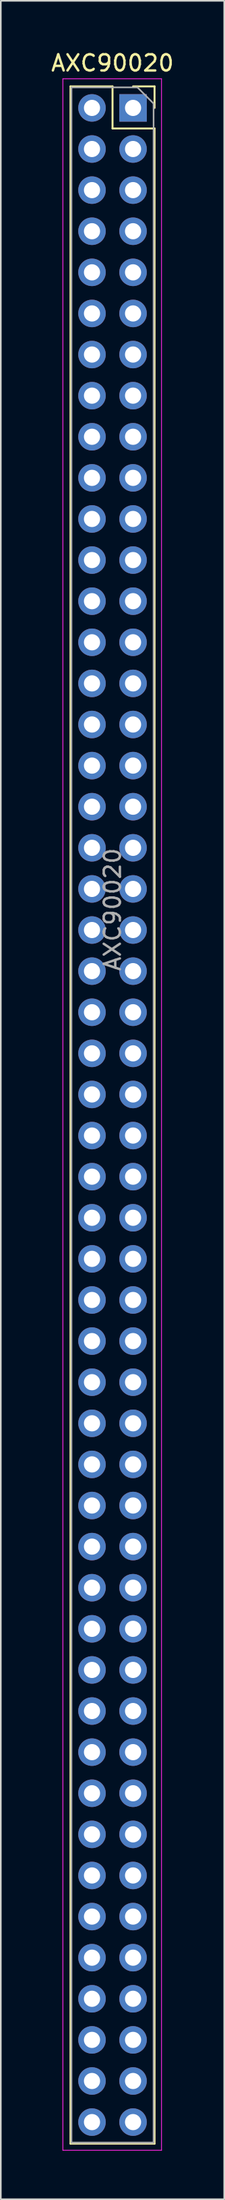
<source format=kicad_pcb>
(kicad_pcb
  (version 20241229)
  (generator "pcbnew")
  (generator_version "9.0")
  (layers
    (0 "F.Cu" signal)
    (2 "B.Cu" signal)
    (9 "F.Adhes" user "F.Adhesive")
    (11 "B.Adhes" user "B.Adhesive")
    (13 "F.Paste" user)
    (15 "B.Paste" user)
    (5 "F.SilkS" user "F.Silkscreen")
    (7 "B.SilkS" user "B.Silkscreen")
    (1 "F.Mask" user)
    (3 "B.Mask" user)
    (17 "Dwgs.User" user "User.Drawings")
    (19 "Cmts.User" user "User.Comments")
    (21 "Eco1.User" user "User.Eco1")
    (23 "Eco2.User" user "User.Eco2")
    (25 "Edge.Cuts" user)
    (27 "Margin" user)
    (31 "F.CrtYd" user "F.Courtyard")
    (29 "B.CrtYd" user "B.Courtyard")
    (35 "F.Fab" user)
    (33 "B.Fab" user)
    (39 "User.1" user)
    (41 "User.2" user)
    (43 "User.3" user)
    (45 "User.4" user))
  (footprint "AXC90020"
    (layer "F.Cu")
    (at 5.181 3.618)
    (property "Reference" "AXC90020" (at -1.27 -2.77 0) (layer "F.SilkS") (effects (font (size 1 1) (thickness 0.15))))
    (attr through_hole)
    (fp_line (start -3.87 -1.33) (end -3.87 125.79) (stroke (width 0.12) (type solid)) (layer "F.SilkS"))
    (fp_line (start -3.87 -1.33) (end -1.27 -1.33) (stroke (width 0.12) (type solid)) (layer "F.SilkS"))
    (fp_line (start -3.87 125.79) (end 1.33 125.79) (stroke (width 0.12) (type solid)) (layer "F.SilkS"))
    (fp_line (start -1.27 -1.33) (end -1.27 1.27) (stroke (width 0.12) (type solid)) (layer "F.SilkS"))
    (fp_line (start -1.27 1.27) (end 1.33 1.27) (stroke (width 0.12) (type solid)) (layer "F.SilkS"))
    (fp_line (start 0 -1.33) (end 1.33 -1.33) (stroke (width 0.12) (type solid)) (layer "F.SilkS"))
    (fp_line (start 1.33 -1.33) (end 1.33 0) (stroke (width 0.12) (type solid)) (layer "F.SilkS"))
    (fp_line (start 1.33 1.27) (end 1.33 125.79) (stroke (width 0.12) (type solid)) (layer "F.SilkS"))
    (fp_line (start -4.34 -1.8) (end 1.76 -1.8) (stroke (width 0.05) (type solid)) (layer "F.CrtYd"))
    (fp_line (start -4.34 126.2) (end -4.34 -1.8) (stroke (width 0.05) (type solid)) (layer "F.CrtYd"))
    (fp_line (start 1.76 -1.8) (end 1.76 126.2) (stroke (width 0.05) (type solid)) (layer "F.CrtYd"))
    (fp_line (start 1.76 126.2) (end -4.34 126.2) (stroke (width 0.05) (type solid)) (layer "F.CrtYd"))
    (fp_line (start -3.81 -1.27) (end 0.27 -1.27) (stroke (width 0.1) (type solid)) (layer "F.Fab"))
    (fp_line (start -3.81 125.73) (end -3.81 -1.27) (stroke (width 0.1) (type solid)) (layer "F.Fab"))
    (fp_line (start 0.27 -1.27) (end 1.27 -0.27) (stroke (width 0.1) (type solid)) (layer "F.Fab"))
    (fp_line (start 1.27 -0.27) (end 1.27 125.73) (stroke (width 0.1) (type solid)) (layer "F.Fab"))
    (fp_line (start 1.27 125.73) (end -3.81 125.73) (stroke (width 0.1) (type solid)) (layer "F.Fab"))
    (fp_line (start 1.27 125.73) (end -3.81 125.73) (stroke (width 0.1) (type solid)) (layer "F.Fab"))
    (fp_text user "${REFERENCE}" (at -1.27 49.53 90) (layer "F.Fab") (effects (font (size 1 1) (thickness 0.15))))
    (pad "a1" thru_hole oval (at -2.54 0) (size 1.7 1.7) (drill 1) (layers "*.Cu" "*.Mask"))
    (pad "a2" thru_hole oval (at -2.54 2.54) (size 1.7 1.7) (drill 1) (layers "*.Cu" "*.Mask"))
    (pad "a3" thru_hole oval (at -2.54 5.08) (size 1.7 1.7) (drill 1) (layers "*.Cu" "*.Mask"))
    (pad "a4" thru_hole oval (at -2.54 7.62) (size 1.7 1.7) (drill 1) (layers "*.Cu" "*.Mask"))
    (pad "a5" thru_hole oval (at -2.54 10.16) (size 1.7 1.7) (drill 1) (layers "*.Cu" "*.Mask"))
    (pad "a6" thru_hole oval (at -2.54 12.7) (size 1.7 1.7) (drill 1) (layers "*.Cu" "*.Mask"))
    (pad "a7" thru_hole oval (at -2.54 15.24) (size 1.7 1.7) (drill 1) (layers "*.Cu" "*.Mask"))
    (pad "a8" thru_hole oval (at -2.54 17.78) (size 1.7 1.7) (drill 1) (layers "*.Cu" "*.Mask"))
    (pad "a9" thru_hole oval (at -2.54 20.32) (size 1.7 1.7) (drill 1) (layers "*.Cu" "*.Mask"))
    (pad "a10" thru_hole oval (at -2.54 22.86) (size 1.7 1.7) (drill 1) (layers "*.Cu" "*.Mask"))
    (pad "a11" thru_hole oval (at -2.54 25.4) (size 1.7 1.7) (drill 1) (layers "*.Cu" "*.Mask"))
    (pad "a12" thru_hole oval (at -2.54 27.94) (size 1.7 1.7) (drill 1) (layers "*.Cu" "*.Mask"))
    (pad "a13" thru_hole oval (at -2.54 30.48) (size 1.7 1.7) (drill 1) (layers "*.Cu" "*.Mask"))
    (pad "a14" thru_hole oval (at -2.54 33.02) (size 1.7 1.7) (drill 1) (layers "*.Cu" "*.Mask"))
    (pad "a15" thru_hole oval (at -2.54 35.56) (size 1.7 1.7) (drill 1) (layers "*.Cu" "*.Mask"))
    (pad "a16" thru_hole oval (at -2.54 38.1) (size 1.7 1.7) (drill 1) (layers "*.Cu" "*.Mask"))
    (pad "a17" thru_hole oval (at -2.54 40.64) (size 1.7 1.7) (drill 1) (layers "*.Cu" "*.Mask"))
    (pad "a18" thru_hole oval (at -2.54 43.18) (size 1.7 1.7) (drill 1) (layers "*.Cu" "*.Mask"))
    (pad "a19" thru_hole oval (at -2.54 45.72) (size 1.7 1.7) (drill 1) (layers "*.Cu" "*.Mask"))
    (pad "a20" thru_hole oval (at -2.54 48.26) (size 1.7 1.7) (drill 1) (layers "*.Cu" "*.Mask"))
    (pad "a21" thru_hole oval (at -2.54 50.8) (size 1.7 1.7) (drill 1) (layers "*.Cu" "*.Mask"))
    (pad "a22" thru_hole oval (at -2.54 53.34) (size 1.7 1.7) (drill 1) (layers "*.Cu" "*.Mask"))
    (pad "a23" thru_hole oval (at -2.54 55.88) (size 1.7 1.7) (drill 1) (layers "*.Cu" "*.Mask"))
    (pad "a24" thru_hole oval (at -2.54 58.42) (size 1.7 1.7) (drill 1) (layers "*.Cu" "*.Mask"))
    (pad "a25" thru_hole oval (at -2.54 60.96) (size 1.7 1.7) (drill 1) (layers "*.Cu" "*.Mask"))
    (pad "a26" thru_hole oval (at -2.54 63.5) (size 1.7 1.7) (drill 1) (layers "*.Cu" "*.Mask"))
    (pad "a27" thru_hole oval (at -2.54 66.04) (size 1.7 1.7) (drill 1) (layers "*.Cu" "*.Mask"))
    (pad "a28" thru_hole oval (at -2.54 68.58) (size 1.7 1.7) (drill 1) (layers "*.Cu" "*.Mask"))
    (pad "a29" thru_hole oval (at -2.54 71.12) (size 1.7 1.7) (drill 1) (layers "*.Cu" "*.Mask"))
    (pad "a30" thru_hole oval (at -2.54 73.66) (size 1.7 1.7) (drill 1) (layers "*.Cu" "*.Mask"))
    (pad "a31" thru_hole oval (at -2.54 76.2) (size 1.7 1.7) (drill 1) (layers "*.Cu" "*.Mask"))
    (pad "a32" thru_hole oval (at -2.54 78.74) (size 1.7 1.7) (drill 1) (layers "*.Cu" "*.Mask"))
    (pad "a33" thru_hole oval (at -2.54 81.28) (size 1.7 1.7) (drill 1) (layers "*.Cu" "*.Mask"))
    (pad "a34" thru_hole oval (at -2.54 83.82) (size 1.7 1.7) (drill 1) (layers "*.Cu" "*.Mask"))
    (pad "a35" thru_hole oval (at -2.54 86.36) (size 1.7 1.7) (drill 1) (layers "*.Cu" "*.Mask"))
    (pad "a36" thru_hole oval (at -2.54 88.9) (size 1.7 1.7) (drill 1) (layers "*.Cu" "*.Mask"))
    (pad "a37" thru_hole oval (at -2.54 91.44) (size 1.7 1.7) (drill 1) (layers "*.Cu" "*.Mask"))
    (pad "a38" thru_hole oval (at -2.54 93.98) (size 1.7 1.7) (drill 1) (layers "*.Cu" "*.Mask"))
    (pad "a39" thru_hole oval (at -2.54 96.52) (size 1.7 1.7) (drill 1) (layers "*.Cu" "*.Mask"))
    (pad "a40" thru_hole oval (at -2.54 99.06) (size 1.7 1.7) (drill 1) (layers "*.Cu" "*.Mask"))
    (pad "a41" thru_hole oval (at -2.54 101.6) (size 1.7 1.7) (drill 1) (layers "*.Cu" "*.Mask"))
    (pad "a42" thru_hole oval (at -2.54 104.14) (size 1.7 1.7) (drill 1) (layers "*.Cu" "*.Mask"))
    (pad "a43" thru_hole oval (at -2.54 106.68) (size 1.7 1.7) (drill 1) (layers "*.Cu" "*.Mask"))
    (pad "a44" thru_hole oval (at -2.54 109.22) (size 1.7 1.7) (drill 1) (layers "*.Cu" "*.Mask"))
    (pad "a45" thru_hole oval (at -2.54 111.76) (size 1.7 1.7) (drill 1) (layers "*.Cu" "*.Mask"))
    (pad "a46" thru_hole oval (at -2.54 114.3) (size 1.7 1.7) (drill 1) (layers "*.Cu" "*.Mask"))
    (pad "a47" thru_hole oval (at -2.54 116.84) (size 1.7 1.7) (drill 1) (layers "*.Cu" "*.Mask"))
    (pad "a48" thru_hole oval (at -2.54 119.38) (size 1.7 1.7) (drill 1) (layers "*.Cu" "*.Mask"))
    (pad "a49" thru_hole oval (at -2.54 121.92) (size 1.7 1.7) (drill 1) (layers "*.Cu" "*.Mask"))
    (pad "a50" thru_hole oval (at -2.54 124.46) (size 1.7 1.7) (drill 1) (layers "*.Cu" "*.Mask"))
    (pad "b1" thru_hole rect (at 0 0) (size 1.7 1.7) (drill 1) (layers "*.Cu" "*.Mask"))
    (pad "b2" thru_hole oval (at 0 2.54) (size 1.7 1.7) (drill 1) (layers "*.Cu" "*.Mask"))
    (pad "b3" thru_hole oval (at 0 5.08) (size 1.7 1.7) (drill 1) (layers "*.Cu" "*.Mask"))
    (pad "b4" thru_hole oval (at 0 7.62) (size 1.7 1.7) (drill 1) (layers "*.Cu" "*.Mask"))
    (pad "b5" thru_hole oval (at 0 10.16) (size 1.7 1.7) (drill 1) (layers "*.Cu" "*.Mask"))
    (pad "b6" thru_hole oval (at 0 12.7) (size 1.7 1.7) (drill 1) (layers "*.Cu" "*.Mask"))
    (pad "b7" thru_hole oval (at 0 15.24) (size 1.7 1.7) (drill 1) (layers "*.Cu" "*.Mask"))
    (pad "b8" thru_hole oval (at 0 17.78) (size 1.7 1.7) (drill 1) (layers "*.Cu" "*.Mask"))
    (pad "b9" thru_hole oval (at 0 20.32) (size 1.7 1.7) (drill 1) (layers "*.Cu" "*.Mask"))
    (pad "b10" thru_hole oval (at 0 22.86) (size 1.7 1.7) (drill 1) (layers "*.Cu" "*.Mask"))
    (pad "b11" thru_hole oval (at 0 25.4) (size 1.7 1.7) (drill 1) (layers "*.Cu" "*.Mask"))
    (pad "b12" thru_hole oval (at 0 27.94) (size 1.7 1.7) (drill 1) (layers "*.Cu" "*.Mask"))
    (pad "b13" thru_hole oval (at 0 30.48) (size 1.7 1.7) (drill 1) (layers "*.Cu" "*.Mask"))
    (pad "b14" thru_hole oval (at 0 33.02) (size 1.7 1.7) (drill 1) (layers "*.Cu" "*.Mask"))
    (pad "b15" thru_hole oval (at 0 35.56) (size 1.7 1.7) (drill 1) (layers "*.Cu" "*.Mask"))
    (pad "b16" thru_hole oval (at 0 38.1) (size 1.7 1.7) (drill 1) (layers "*.Cu" "*.Mask"))
    (pad "b17" thru_hole oval (at 0 40.64) (size 1.7 1.7) (drill 1) (layers "*.Cu" "*.Mask"))
    (pad "b18" thru_hole oval (at 0 43.18) (size 1.7 1.7) (drill 1) (layers "*.Cu" "*.Mask"))
    (pad "b19" thru_hole oval (at 0 45.72) (size 1.7 1.7) (drill 1) (layers "*.Cu" "*.Mask"))
    (pad "b20" thru_hole oval (at 0 48.26) (size 1.7 1.7) (drill 1) (layers "*.Cu" "*.Mask"))
    (pad "b21" thru_hole oval (at 0 50.8) (size 1.7 1.7) (drill 1) (layers "*.Cu" "*.Mask"))
    (pad "b22" thru_hole oval (at 0 53.34) (size 1.7 1.7) (drill 1) (layers "*.Cu" "*.Mask"))
    (pad "b23" thru_hole oval (at 0 55.88) (size 1.7 1.7) (drill 1) (layers "*.Cu" "*.Mask"))
    (pad "b24" thru_hole oval (at 0 58.42) (size 1.7 1.7) (drill 1) (layers "*.Cu" "*.Mask"))
    (pad "b25" thru_hole oval (at 0 60.96) (size 1.7 1.7) (drill 1) (layers "*.Cu" "*.Mask"))
    (pad "b26" thru_hole oval (at 0 63.5) (size 1.7 1.7) (drill 1) (layers "*.Cu" "*.Mask"))
    (pad "b27" thru_hole oval (at 0 66.04) (size 1.7 1.7) (drill 1) (layers "*.Cu" "*.Mask"))
    (pad "b28" thru_hole oval (at 0 68.58) (size 1.7 1.7) (drill 1) (layers "*.Cu" "*.Mask"))
    (pad "b29" thru_hole oval (at 0 71.12) (size 1.7 1.7) (drill 1) (layers "*.Cu" "*.Mask"))
    (pad "b30" thru_hole oval (at 0 73.66) (size 1.7 1.7) (drill 1) (layers "*.Cu" "*.Mask"))
    (pad "b31" thru_hole oval (at 0 76.2) (size 1.7 1.7) (drill 1) (layers "*.Cu" "*.Mask"))
    (pad "b31" thru_hole oval (at 0 101.6) (size 1.7 1.7) (drill 1) (layers "*.Cu" "*.Mask"))
    (pad "b32" thru_hole oval (at 0 78.74) (size 1.7 1.7) (drill 1) (layers "*.Cu" "*.Mask"))
    (pad "b32" thru_hole oval (at 0 104.14) (size 1.7 1.7) (drill 1) (layers "*.Cu" "*.Mask"))
    (pad "b33" thru_hole oval (at 0 81.28) (size 1.7 1.7) (drill 1) (layers "*.Cu" "*.Mask"))
    (pad "b33" thru_hole oval (at 0 106.68) (size 1.7 1.7) (drill 1) (layers "*.Cu" "*.Mask"))
    (pad "b34" thru_hole oval (at 0 83.82) (size 1.7 1.7) (drill 1) (layers "*.Cu" "*.Mask"))
    (pad "b34" thru_hole oval (at 0 109.22) (size 1.7 1.7) (drill 1) (layers "*.Cu" "*.Mask"))
    (pad "b35" thru_hole oval (at 0 86.36) (size 1.7 1.7) (drill 1) (layers "*.Cu" "*.Mask"))
    (pad "b35" thru_hole oval (at 0 111.76) (size 1.7 1.7) (drill 1) (layers "*.Cu" "*.Mask"))
    (pad "b36" thru_hole oval (at 0 88.9) (size 1.7 1.7) (drill 1) (layers "*.Cu" "*.Mask"))
    (pad "b36" thru_hole oval (at 0 114.3) (size 1.7 1.7) (drill 1) (layers "*.Cu" "*.Mask"))
    (pad "b37" thru_hole oval (at 0 91.44) (size 1.7 1.7) (drill 1) (layers "*.Cu" "*.Mask"))
    (pad "b37" thru_hole oval (at 0 116.84) (size 1.7 1.7) (drill 1) (layers "*.Cu" "*.Mask"))
    (pad "b38" thru_hole oval (at 0 93.98) (size 1.7 1.7) (drill 1) (layers "*.Cu" "*.Mask"))
    (pad "b38" thru_hole oval (at 0 119.38) (size 1.7 1.7) (drill 1) (layers "*.Cu" "*.Mask"))
    (pad "b39" thru_hole oval (at 0 96.52) (size 1.7 1.7) (drill 1) (layers "*.Cu" "*.Mask"))
    (pad "b39" thru_hole oval (at 0 121.92) (size 1.7 1.7) (drill 1) (layers "*.Cu" "*.Mask"))
    (pad "b40" thru_hole oval (at 0 99.06) (size 1.7 1.7) (drill 1) (layers "*.Cu" "*.Mask"))
    (pad "b40" thru_hole oval (at 0 124.46) (size 1.7 1.7) (drill 1) (layers "*.Cu" "*.Mask")))
  (gr_rect
    (start -3 -3)
    (end 10.821 132.843)
    (stroke (width 0.1) (type default))
    (fill no)
    (layer "Edge.Cuts")))
</source>
